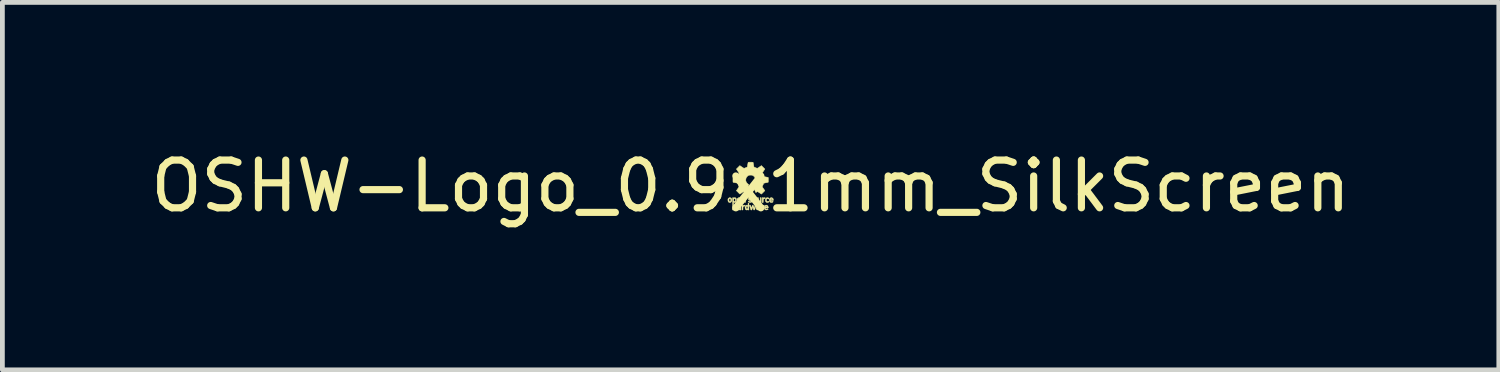
<source format=kicad_pcb>
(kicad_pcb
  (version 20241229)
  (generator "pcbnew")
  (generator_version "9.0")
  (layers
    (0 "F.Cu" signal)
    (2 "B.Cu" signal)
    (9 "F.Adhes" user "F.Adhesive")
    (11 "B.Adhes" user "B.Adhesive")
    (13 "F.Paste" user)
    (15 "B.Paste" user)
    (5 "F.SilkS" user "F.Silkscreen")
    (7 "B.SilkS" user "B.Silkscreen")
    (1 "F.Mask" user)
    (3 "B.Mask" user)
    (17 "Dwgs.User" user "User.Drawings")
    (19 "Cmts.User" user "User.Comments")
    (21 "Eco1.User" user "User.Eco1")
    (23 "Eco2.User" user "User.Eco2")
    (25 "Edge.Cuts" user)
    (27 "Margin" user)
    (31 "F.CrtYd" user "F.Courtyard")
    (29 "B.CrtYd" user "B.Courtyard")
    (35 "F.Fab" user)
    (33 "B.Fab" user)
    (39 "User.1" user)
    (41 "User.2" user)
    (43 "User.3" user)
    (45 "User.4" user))
  (footprint "OSHW-Logo_0.9x1mm_SilkScreen"
    (layer "F.Cu")
    (at 12.673 0.848)
    (property "Reference" "OSHW-Logo_0.9x1mm_SilkScreen" (at 0 0 0) (layer "F.SilkS") (effects (font (size 1 1) (thickness 0.15))))
    (attr exclude_from_pos_files exclude_from_bom)
    (fp_poly (pts (xy 0.236 0.401) (xy 0.241 0.404) (xy 0.243 0.407) (xy 0.247 0.404) (xy 0.255 0.4) (xy 0.267 0.4) (xy 0.278 0.402) (xy 0.28 0.403) (xy 0.287 0.407) (xy 0.28 0.415) (xy 0.271 0.421) (xy 0.261 0.422) (xy 0.252 0.421) (xy 0.246 0.424) (xy 0.242 0.43) (xy 0.24 0.441) (xy 0.24 0.458) (xy 0.24 0.465) (xy 0.24 0.501) (xy 0.218 0.501) (xy 0.218 0.399) (xy 0.228 0.399) (xy 0.236 0.401)) (stroke (width 0.01) (type solid)) (fill yes) (layer "F.SilkS"))
    (fp_poly (pts (xy -0.165 0.401) (xy -0.162 0.403) (xy -0.157 0.405) (xy -0.152 0.403) (xy -0.142 0.4) (xy -0.13 0.4) (xy -0.121 0.402) (xy -0.12 0.403) (xy -0.117 0.406) (xy -0.119 0.411) (xy -0.121 0.414) (xy -0.128 0.42) (xy -0.137 0.422) (xy -0.139 0.422) (xy -0.149 0.422) (xy -0.155 0.426) (xy -0.157 0.431) (xy -0.159 0.442) (xy -0.16 0.457) (xy -0.16 0.465) (xy -0.162 0.499) (xy -0.171 0.5) (xy -0.181 0.501) (xy -0.181 0.399) (xy -0.173 0.399) (xy -0.165 0.401)) (stroke (width 0.01) (type solid)) (fill yes) (layer "F.SilkS"))
    (fp_poly (pts (xy 0.262 0.244) (xy 0.265 0.247) (xy 0.265 0.247) (xy 0.267 0.249) (xy 0.272 0.247) (xy 0.28 0.244) (xy 0.291 0.243) (xy 0.301 0.244) (xy 0.306 0.246) (xy 0.307 0.247) (xy 0.306 0.252) (xy 0.303 0.259) (xy 0.298 0.265) (xy 0.293 0.266) (xy 0.29 0.265) (xy 0.282 0.263) (xy 0.274 0.267) (xy 0.27 0.27) (xy 0.267 0.274) (xy 0.266 0.281) (xy 0.265 0.292) (xy 0.264 0.308) (xy 0.263 0.343) (xy 0.253 0.344) (xy 0.243 0.345) (xy 0.243 0.243) (xy 0.254 0.243) (xy 0.262 0.244)) (stroke (width 0.01) (type solid)) (fill yes) (layer "F.SilkS"))
    (fp_poly (pts (xy 0.163 0.277) (xy 0.164 0.297) (xy 0.166 0.31) (xy 0.17 0.318) (xy 0.176 0.322) (xy 0.183 0.323) (xy 0.19 0.322) (xy 0.195 0.318) (xy 0.198 0.311) (xy 0.199 0.299) (xy 0.2 0.28) (xy 0.2 0.279) (xy 0.2 0.243) (xy 0.221 0.243) (xy 0.221 0.294) (xy 0.221 0.314) (xy 0.221 0.328) (xy 0.221 0.337) (xy 0.219 0.342) (xy 0.218 0.344) (xy 0.215 0.345) (xy 0.213 0.345) (xy 0.205 0.343) (xy 0.201 0.341) (xy 0.195 0.339) (xy 0.189 0.341) (xy 0.176 0.344) (xy 0.163 0.341) (xy 0.16 0.34) (xy 0.152 0.334) (xy 0.147 0.326) (xy 0.144 0.315) (xy 0.142 0.3) (xy 0.142 0.28) (xy 0.142 0.243) (xy 0.163 0.243) (xy 0.163 0.277)) (stroke (width 0.01) (type solid)) (fill yes) (layer "F.SilkS"))
    (fp_poly (pts (xy 0.366 0.245) (xy 0.377 0.249) (xy 0.379 0.251) (xy 0.386 0.257) (xy 0.387 0.261) (xy 0.383 0.265) (xy 0.382 0.266) (xy 0.377 0.27) (xy 0.371 0.27) (xy 0.364 0.267) (xy 0.353 0.263) (xy 0.344 0.265) (xy 0.336 0.269) (xy 0.332 0.276) (xy 0.33 0.288) (xy 0.33 0.296) (xy 0.333 0.31) (xy 0.34 0.319) (xy 0.351 0.323) (xy 0.364 0.321) (xy 0.367 0.319) (xy 0.376 0.318) (xy 0.381 0.32) (xy 0.387 0.324) (xy 0.386 0.33) (xy 0.378 0.336) (xy 0.374 0.338) (xy 0.356 0.344) (xy 0.34 0.343) (xy 0.336 0.341) (xy 0.322 0.332) (xy 0.313 0.317) (xy 0.309 0.299) (xy 0.31 0.278) (xy 0.316 0.262) (xy 0.326 0.25) (xy 0.342 0.244) (xy 0.352 0.243) (xy 0.366 0.245)) (stroke (width 0.01) (type solid)) (fill yes) (layer "F.SilkS"))
    (fp_poly (pts (xy -0.418 0.246) (xy -0.405 0.255) (xy -0.397 0.269) (xy -0.393 0.287) (xy -0.394 0.305) (xy -0.399 0.321) (xy -0.409 0.334) (xy -0.422 0.342) (xy -0.437 0.344) (xy -0.452 0.341) (xy -0.455 0.339) (xy -0.466 0.329) (xy -0.473 0.315) (xy -0.475 0.294) (xy -0.475 0.292) (xy -0.454 0.292) (xy -0.452 0.308) (xy -0.447 0.318) (xy -0.438 0.323) (xy -0.434 0.323) (xy -0.425 0.32) (xy -0.419 0.315) (xy -0.415 0.305) (xy -0.414 0.292) (xy -0.415 0.279) (xy -0.416 0.274) (xy -0.422 0.267) (xy -0.432 0.264) (xy -0.443 0.265) (xy -0.445 0.267) (xy -0.45 0.271) (xy -0.453 0.278) (xy -0.454 0.288) (xy -0.454 0.292) (xy -0.475 0.292) (xy -0.475 0.29) (xy -0.475 0.277) (xy -0.473 0.269) (xy -0.469 0.262) (xy -0.463 0.256) (xy -0.454 0.248) (xy -0.445 0.244) (xy -0.435 0.243) (xy -0.418 0.246)) (stroke (width 0.01) (type solid)) (fill yes) (layer "F.SilkS"))
    (fp_poly (pts (xy 0.102 0.246) (xy 0.112 0.253) (xy 0.121 0.267) (xy 0.126 0.285) (xy 0.126 0.305) (xy 0.125 0.308) (xy 0.12 0.323) (xy 0.109 0.335) (xy 0.096 0.342) (xy 0.081 0.344) (xy 0.066 0.34) (xy 0.063 0.338) (xy 0.052 0.328) (xy 0.046 0.314) (xy 0.044 0.295) (xy 0.044 0.292) (xy 0.065 0.292) (xy 0.067 0.308) (xy 0.072 0.318) (xy 0.081 0.323) (xy 0.085 0.323) (xy 0.094 0.32) (xy 0.1 0.315) (xy 0.104 0.305) (xy 0.105 0.292) (xy 0.104 0.279) (xy 0.103 0.274) (xy 0.097 0.267) (xy 0.087 0.264) (xy 0.077 0.265) (xy 0.074 0.267) (xy 0.069 0.271) (xy 0.066 0.278) (xy 0.065 0.288) (xy 0.065 0.292) (xy 0.044 0.292) (xy 0.044 0.286) (xy 0.046 0.273) (xy 0.048 0.264) (xy 0.053 0.258) (xy 0.057 0.254) (xy 0.072 0.245) (xy 0.087 0.243) (xy 0.102 0.246)) (stroke (width 0.01) (type solid)) (fill yes) (layer "F.SilkS"))
    (fp_poly (pts (xy -0.226 0.246) (xy -0.213 0.255) (xy -0.206 0.269) (xy -0.203 0.286) (xy -0.203 0.301) (xy -0.265 0.303) (xy -0.26 0.312) (xy -0.253 0.319) (xy -0.242 0.323) (xy -0.23 0.321) (xy -0.225 0.319) (xy -0.218 0.317) (xy -0.212 0.32) (xy -0.21 0.322) (xy -0.205 0.327) (xy -0.206 0.331) (xy -0.212 0.335) (xy -0.213 0.336) (xy -0.228 0.342) (xy -0.246 0.343) (xy -0.26 0.34) (xy -0.272 0.331) (xy -0.28 0.317) (xy -0.283 0.298) (xy -0.283 0.29) (xy -0.283 0.28) (xy -0.263 0.28) (xy -0.261 0.282) (xy -0.254 0.283) (xy -0.243 0.283) (xy -0.231 0.283) (xy -0.225 0.282) (xy -0.223 0.279) (xy -0.224 0.276) (xy -0.229 0.267) (xy -0.238 0.263) (xy -0.248 0.263) (xy -0.257 0.267) (xy -0.262 0.276) (xy -0.263 0.28) (xy -0.283 0.28) (xy -0.283 0.277) (xy -0.281 0.269) (xy -0.277 0.262) (xy -0.271 0.256) (xy -0.261 0.248) (xy -0.253 0.244) (xy -0.243 0.243) (xy -0.226 0.246)) (stroke (width 0.01) (type solid)) (fill yes) (layer "F.SilkS"))
    (fp_poly (pts (xy -0.167 0.244) (xy -0.163 0.248) (xy -0.163 0.248) (xy -0.162 0.25) (xy -0.159 0.248) (xy -0.153 0.245) (xy -0.143 0.243) (xy -0.139 0.243) (xy -0.128 0.244) (xy -0.12 0.249) (xy -0.115 0.254) (xy -0.11 0.26) (xy -0.108 0.265) (xy -0.106 0.272) (xy -0.106 0.282) (xy -0.106 0.297) (xy -0.106 0.304) (xy -0.107 0.321) (xy -0.107 0.333) (xy -0.108 0.339) (xy -0.11 0.342) (xy -0.113 0.343) (xy -0.116 0.343) (xy -0.12 0.343) (xy -0.123 0.341) (xy -0.125 0.337) (xy -0.125 0.328) (xy -0.126 0.314) (xy -0.126 0.308) (xy -0.127 0.291) (xy -0.128 0.28) (xy -0.13 0.274) (xy -0.132 0.269) (xy -0.135 0.267) (xy -0.145 0.263) (xy -0.155 0.265) (xy -0.161 0.271) (xy -0.162 0.274) (xy -0.162 0.281) (xy -0.163 0.293) (xy -0.164 0.308) (xy -0.164 0.312) (xy -0.165 0.327) (xy -0.166 0.336) (xy -0.167 0.341) (xy -0.17 0.343) (xy -0.175 0.344) (xy -0.175 0.344) (xy -0.185 0.345) (xy -0.185 0.243) (xy -0.174 0.243) (xy -0.167 0.244)) (stroke (width 0.01) (type solid)) (fill yes) (layer "F.SilkS"))
    (fp_poly (pts (xy 0.346 0.405) (xy 0.35 0.407) (xy 0.359 0.415) (xy 0.364 0.424) (xy 0.367 0.437) (xy 0.368 0.442) (xy 0.371 0.457) (xy 0.339 0.457) (xy 0.324 0.457) (xy 0.315 0.458) (xy 0.31 0.459) (xy 0.309 0.462) (xy 0.309 0.465) (xy 0.313 0.473) (xy 0.32 0.479) (xy 0.327 0.482) (xy 0.334 0.481) (xy 0.341 0.478) (xy 0.349 0.475) (xy 0.354 0.475) (xy 0.36 0.479) (xy 0.368 0.486) (xy 0.356 0.493) (xy 0.339 0.499) (xy 0.321 0.5) (xy 0.309 0.497) (xy 0.299 0.489) (xy 0.291 0.477) (xy 0.287 0.461) (xy 0.287 0.444) (xy 0.289 0.435) (xy 0.309 0.435) (xy 0.314 0.438) (xy 0.327 0.439) (xy 0.328 0.439) (xy 0.339 0.439) (xy 0.345 0.438) (xy 0.346 0.435) (xy 0.346 0.432) (xy 0.34 0.423) (xy 0.331 0.419) (xy 0.321 0.421) (xy 0.318 0.422) (xy 0.31 0.429) (xy 0.309 0.435) (xy 0.289 0.435) (xy 0.29 0.428) (xy 0.297 0.414) (xy 0.306 0.405) (xy 0.318 0.4) (xy 0.333 0.4) (xy 0.346 0.405)) (stroke (width 0.01) (type solid)) (fill yes) (layer "F.SilkS"))
    (fp_poly (pts (xy -0.036 0.501) (xy -0.045 0.501) (xy -0.052 0.499) (xy -0.055 0.497) (xy -0.058 0.494) (xy -0.064 0.497) (xy -0.078 0.501) (xy -0.092 0.499) (xy -0.103 0.492) (xy -0.111 0.48) (xy -0.115 0.464) (xy -0.116 0.45) (xy -0.094 0.45) (xy -0.093 0.461) (xy -0.091 0.471) (xy -0.091 0.472) (xy -0.084 0.477) (xy -0.075 0.479) (xy -0.065 0.477) (xy -0.061 0.473) (xy -0.059 0.466) (xy -0.057 0.456) (xy -0.057 0.45) (xy -0.058 0.435) (xy -0.063 0.425) (xy -0.072 0.421) (xy -0.077 0.421) (xy -0.086 0.423) (xy -0.092 0.431) (xy -0.094 0.445) (xy -0.094 0.45) (xy -0.116 0.45) (xy -0.116 0.446) (xy -0.113 0.429) (xy -0.108 0.414) (xy -0.103 0.408) (xy -0.095 0.401) (xy -0.085 0.4) (xy -0.081 0.4) (xy -0.07 0.402) (xy -0.061 0.404) (xy -0.061 0.405) (xy -0.057 0.405) (xy -0.055 0.403) (xy -0.055 0.396) (xy -0.054 0.383) (xy -0.054 0.371) (xy -0.053 0.363) (xy -0.051 0.36) (xy -0.047 0.359) (xy -0.045 0.359) (xy -0.036 0.359) (xy -0.036 0.501)) (stroke (width 0.01) (type solid)) (fill yes) (layer "F.SilkS"))
    (fp_poly (pts (xy 0.006 0.245) (xy 0.018 0.248) (xy 0.025 0.252) (xy 0.029 0.257) (xy 0.027 0.261) (xy 0.025 0.264) (xy 0.019 0.268) (xy 0.012 0.267) (xy 0.009 0.266) (xy -0.005 0.262) (xy -0.016 0.263) (xy -0.022 0.267) (xy -0.025 0.272) (xy -0.022 0.277) (xy -0.02 0.278) (xy -0.012 0.281) (xy -0.001 0.283) (xy 0.001 0.283) (xy 0.015 0.286) (xy 0.025 0.293) (xy 0.031 0.304) (xy 0.032 0.315) (xy 0.028 0.327) (xy 0.019 0.336) (xy 0.013 0.34) (xy -0.004 0.344) (xy -0.021 0.343) (xy -0.035 0.338) (xy -0.046 0.333) (xy -0.05 0.328) (xy -0.049 0.324) (xy -0.045 0.319) (xy -0.04 0.315) (xy -0.035 0.315) (xy -0.031 0.318) (xy -0.02 0.322) (xy -0.007 0.322) (xy 0.004 0.321) (xy 0.009 0.318) (xy 0.01 0.314) (xy 0.008 0.307) (xy -0.001 0.302) (xy -0.013 0.301) (xy -0.027 0.298) (xy -0.038 0.291) (xy -0.044 0.281) (xy -0.046 0.269) (xy -0.043 0.258) (xy -0.034 0.249) (xy -0.031 0.247) (xy -0.021 0.244) (xy -0.008 0.244) (xy 0.006 0.245)) (stroke (width 0.01) (type solid)) (fill yes) (layer "F.SilkS"))
    (fp_poly (pts (xy 0.446 0.244) (xy 0.454 0.248) (xy 0.463 0.256) (xy 0.471 0.265) (xy 0.475 0.273) (xy 0.475 0.285) (xy 0.475 0.301) (xy 0.445 0.301) (xy 0.431 0.302) (xy 0.42 0.302) (xy 0.414 0.304) (xy 0.414 0.304) (xy 0.416 0.309) (xy 0.419 0.315) (xy 0.428 0.321) (xy 0.439 0.323) (xy 0.452 0.32) (xy 0.453 0.32) (xy 0.462 0.318) (xy 0.467 0.321) (xy 0.471 0.325) (xy 0.471 0.329) (xy 0.466 0.334) (xy 0.456 0.34) (xy 0.443 0.343) (xy 0.429 0.344) (xy 0.419 0.341) (xy 0.407 0.333) (xy 0.398 0.319) (xy 0.394 0.302) (xy 0.394 0.283) (xy 0.395 0.277) (xy 0.415 0.277) (xy 0.415 0.281) (xy 0.421 0.283) (xy 0.432 0.283) (xy 0.434 0.283) (xy 0.446 0.283) (xy 0.452 0.281) (xy 0.454 0.278) (xy 0.451 0.269) (xy 0.443 0.264) (xy 0.434 0.262) (xy 0.424 0.265) (xy 0.419 0.269) (xy 0.415 0.277) (xy 0.395 0.277) (xy 0.396 0.276) (xy 0.403 0.259) (xy 0.413 0.248) (xy 0.427 0.244) (xy 0.434 0.243) (xy 0.446 0.244)) (stroke (width 0.01) (type solid)) (fill yes) (layer "F.SilkS"))
    (fp_poly (pts (xy 0.158 0.4) (xy 0.161 0.4) (xy 0.174 0.402) (xy 0.184 0.405) (xy 0.19 0.41) (xy 0.194 0.42) (xy 0.195 0.434) (xy 0.196 0.454) (xy 0.196 0.46) (xy 0.196 0.501) (xy 0.187 0.501) (xy 0.18 0.5) (xy 0.178 0.497) (xy 0.176 0.495) (xy 0.171 0.497) (xy 0.156 0.501) (xy 0.141 0.499) (xy 0.128 0.491) (xy 0.127 0.49) (xy 0.118 0.478) (xy 0.118 0.472) (xy 0.139 0.472) (xy 0.143 0.478) (xy 0.144 0.479) (xy 0.153 0.481) (xy 0.163 0.48) (xy 0.172 0.477) (xy 0.175 0.475) (xy 0.178 0.466) (xy 0.175 0.46) (xy 0.166 0.457) (xy 0.164 0.457) (xy 0.153 0.458) (xy 0.145 0.459) (xy 0.144 0.46) (xy 0.139 0.465) (xy 0.139 0.472) (xy 0.118 0.472) (xy 0.117 0.466) (xy 0.123 0.454) (xy 0.125 0.451) (xy 0.131 0.446) (xy 0.138 0.442) (xy 0.15 0.44) (xy 0.156 0.44) (xy 0.17 0.438) (xy 0.177 0.435) (xy 0.177 0.43) (xy 0.172 0.423) (xy 0.172 0.423) (xy 0.163 0.419) (xy 0.15 0.42) (xy 0.142 0.422) (xy 0.135 0.422) (xy 0.129 0.419) (xy 0.124 0.415) (xy 0.124 0.411) (xy 0.13 0.406) (xy 0.131 0.406) (xy 0.137 0.402) (xy 0.146 0.4) (xy 0.158 0.4)) (stroke (width 0.01) (type solid)) (fill yes) (layer "F.SilkS"))
    (fp_poly (pts (xy -0.229 0.4) (xy -0.22 0.404) (xy -0.214 0.41) (xy -0.209 0.415) (xy -0.206 0.419) (xy -0.204 0.426) (xy -0.204 0.435) (xy -0.203 0.448) (xy -0.203 0.461) (xy -0.203 0.501) (xy -0.214 0.501) (xy -0.222 0.5) (xy -0.225 0.497) (xy -0.225 0.497) (xy -0.226 0.494) (xy -0.229 0.497) (xy -0.236 0.5) (xy -0.247 0.501) (xy -0.259 0.499) (xy -0.267 0.497) (xy -0.277 0.49) (xy -0.282 0.479) (xy -0.283 0.468) (xy -0.265 0.468) (xy -0.264 0.474) (xy -0.258 0.479) (xy -0.257 0.479) (xy -0.245 0.482) (xy -0.236 0.481) (xy -0.232 0.479) (xy -0.226 0.472) (xy -0.225 0.466) (xy -0.226 0.46) (xy -0.23 0.458) (xy -0.238 0.457) (xy -0.251 0.459) (xy -0.26 0.463) (xy -0.265 0.468) (xy -0.283 0.468) (xy -0.283 0.465) (xy -0.28 0.454) (xy -0.272 0.447) (xy -0.26 0.442) (xy -0.244 0.439) (xy -0.239 0.439) (xy -0.23 0.439) (xy -0.226 0.436) (xy -0.225 0.432) (xy -0.228 0.424) (xy -0.236 0.42) (xy -0.247 0.419) (xy -0.255 0.421) (xy -0.263 0.423) (xy -0.269 0.421) (xy -0.273 0.418) (xy -0.278 0.413) (xy -0.277 0.41) (xy -0.271 0.406) (xy -0.269 0.405) (xy -0.258 0.401) (xy -0.245 0.399) (xy -0.241 0.399) (xy -0.229 0.4)) (stroke (width 0.01) (type solid)) (fill yes) (layer "F.SilkS"))
    (fp_poly (pts (xy 0.106 0.399) (xy 0.113 0.4) (xy 0.116 0.4) (xy 0.115 0.404) (xy 0.112 0.413) (xy 0.108 0.427) (xy 0.103 0.443) (xy 0.1 0.45) (xy 0.094 0.469) (xy 0.09 0.483) (xy 0.086 0.492) (xy 0.083 0.497) (xy 0.079 0.499) (xy 0.075 0.5) (xy 0.07 0.5) (xy 0.066 0.498) (xy 0.063 0.491) (xy 0.06 0.48) (xy 0.056 0.466) (xy 0.052 0.452) (xy 0.05 0.445) (xy 0.048 0.439) (xy 0.047 0.435) (xy 0.045 0.435) (xy 0.043 0.439) (xy 0.041 0.447) (xy 0.036 0.461) (xy 0.033 0.475) (xy 0.028 0.488) (xy 0.025 0.496) (xy 0.021 0.5) (xy 0.017 0.501) (xy 0.016 0.501) (xy 0.009 0.5) (xy 0.006 0.498) (xy 0.005 0.494) (xy 0.001 0.484) (xy -0.003 0.47) (xy -0.008 0.454) (xy -0.009 0.453) (xy -0.014 0.436) (xy -0.019 0.421) (xy -0.022 0.41) (xy -0.024 0.405) (xy -0.024 0.405) (xy -0.024 0.401) (xy -0.018 0.399) (xy -0.015 0.399) (xy -0.01 0.399) (xy -0.007 0.4) (xy -0.004 0.403) (xy -0.001 0.409) (xy 0.002 0.419) (xy 0.007 0.435) (xy 0.009 0.445) (xy 0.016 0.466) (xy 0.027 0.433) (xy 0.032 0.417) (xy 0.036 0.407) (xy 0.04 0.401) (xy 0.044 0.399) (xy 0.045 0.399) (xy 0.049 0.4) (xy 0.053 0.404) (xy 0.057 0.412) (xy 0.062 0.426) (xy 0.064 0.433) (xy 0.075 0.466) (xy 0.081 0.445) (xy 0.087 0.426) (xy 0.091 0.414) (xy 0.094 0.406) (xy 0.096 0.401) (xy 0.099 0.4) (xy 0.103 0.399) (xy 0.106 0.399)) (stroke (width 0.01) (type solid)) (fill yes) (layer "F.SilkS"))
    (fp_poly (pts (xy -0.359 0.244) (xy -0.356 0.247) (xy -0.356 0.247) (xy -0.353 0.249) (xy -0.349 0.247) (xy -0.34 0.244) (xy -0.33 0.243) (xy -0.316 0.246) (xy -0.307 0.252) (xy -0.301 0.264) (xy -0.298 0.282) (xy -0.298 0.295) (xy -0.298 0.311) (xy -0.3 0.321) (xy -0.303 0.328) (xy -0.305 0.331) (xy -0.316 0.34) (xy -0.329 0.344) (xy -0.342 0.342) (xy -0.347 0.34) (xy -0.356 0.334) (xy -0.356 0.37) (xy -0.356 0.387) (xy -0.355 0.397) (xy -0.354 0.403) (xy -0.353 0.404) (xy -0.35 0.404) (xy -0.349 0.403) (xy -0.334 0.399) (xy -0.32 0.402) (xy -0.308 0.41) (xy -0.304 0.415) (xy -0.301 0.419) (xy -0.299 0.425) (xy -0.298 0.435) (xy -0.298 0.448) (xy -0.298 0.461) (xy -0.298 0.501) (xy -0.308 0.5) (xy -0.318 0.499) (xy -0.319 0.465) (xy -0.32 0.449) (xy -0.321 0.436) (xy -0.323 0.428) (xy -0.324 0.426) (xy -0.331 0.422) (xy -0.341 0.421) (xy -0.349 0.424) (xy -0.351 0.425) (xy -0.354 0.432) (xy -0.355 0.444) (xy -0.356 0.463) (xy -0.356 0.465) (xy -0.356 0.501) (xy -0.377 0.501) (xy -0.377 0.292) (xy -0.356 0.292) (xy -0.354 0.308) (xy -0.35 0.317) (xy -0.35 0.317) (xy -0.341 0.322) (xy -0.331 0.322) (xy -0.324 0.319) (xy -0.321 0.313) (xy -0.32 0.302) (xy -0.319 0.29) (xy -0.32 0.279) (xy -0.322 0.271) (xy -0.322 0.27) (xy -0.33 0.264) (xy -0.34 0.264) (xy -0.347 0.267) (xy -0.352 0.271) (xy -0.355 0.278) (xy -0.356 0.288) (xy -0.356 0.292) (xy -0.377 0.292) (xy -0.377 0.243) (xy -0.367 0.243) (xy -0.359 0.244)) (stroke (width 0.01) (type solid)) (fill yes) (layer "F.SilkS"))
    (fp_poly (pts (xy 0.02 -0.501) (xy 0.034 -0.5) (xy 0.043 -0.5) (xy 0.049 -0.498) (xy 0.051 -0.496) (xy 0.052 -0.495) (xy 0.054 -0.489) (xy 0.056 -0.477) (xy 0.059 -0.462) (xy 0.062 -0.444) (xy 0.062 -0.444) (xy 0.07 -0.4) (xy 0.102 -0.386) (xy 0.117 -0.38) (xy 0.129 -0.376) (xy 0.137 -0.373) (xy 0.139 -0.373) (xy 0.144 -0.375) (xy 0.153 -0.38) (xy 0.166 -0.388) (xy 0.181 -0.398) (xy 0.185 -0.401) (xy 0.226 -0.429) (xy 0.262 -0.393) (xy 0.298 -0.357) (xy 0.271 -0.317) (xy 0.26 -0.301) (xy 0.252 -0.288) (xy 0.246 -0.278) (xy 0.243 -0.272) (xy 0.243 -0.271) (xy 0.245 -0.266) (xy 0.248 -0.256) (xy 0.253 -0.243) (xy 0.259 -0.23) (xy 0.264 -0.217) (xy 0.269 -0.207) (xy 0.272 -0.202) (xy 0.276 -0.201) (xy 0.286 -0.198) (xy 0.3 -0.195) (xy 0.314 -0.192) (xy 0.331 -0.189) (xy 0.346 -0.186) (xy 0.357 -0.184) (xy 0.362 -0.183) (xy 0.365 -0.182) (xy 0.368 -0.18) (xy 0.369 -0.176) (xy 0.37 -0.168) (xy 0.37 -0.156) (xy 0.37 -0.138) (xy 0.37 -0.131) (xy 0.37 -0.111) (xy 0.37 -0.097) (xy 0.369 -0.088) (xy 0.368 -0.082) (xy 0.366 -0.08) (xy 0.363 -0.078) (xy 0.362 -0.078) (xy 0.355 -0.077) (xy 0.343 -0.074) (xy 0.328 -0.071) (xy 0.316 -0.069) (xy 0.3 -0.066) (xy 0.287 -0.062) (xy 0.278 -0.06) (xy 0.275 -0.058) (xy 0.272 -0.054) (xy 0.267 -0.044) (xy 0.262 -0.03) (xy 0.257 -0.02) (xy 0.243 0.016) (xy 0.271 0.056) (xy 0.298 0.096) (xy 0.226 0.168) (xy 0.188 0.142) (xy 0.173 0.132) (xy 0.161 0.124) (xy 0.151 0.119) (xy 0.146 0.116) (xy 0.146 0.116) (xy 0.141 0.118) (xy 0.132 0.122) (xy 0.126 0.125) (xy 0.109 0.135) (xy 0.104 0.125) (xy 0.101 0.119) (xy 0.097 0.108) (xy 0.09 0.093) (xy 0.083 0.075) (xy 0.075 0.056) (xy 0.066 0.036) (xy 0.059 0.017) (xy 0.051 -0.001) (xy 0.046 -0.015) (xy 0.042 -0.025) (xy 0.04 -0.03) (xy 0.04 -0.03) (xy 0.043 -0.033) (xy 0.05 -0.039) (xy 0.059 -0.047) (xy 0.06 -0.047) (xy 0.074 -0.059) (xy 0.085 -0.073) (xy 0.091 -0.085) (xy 0.097 -0.099) (xy 0.1 -0.109) (xy 0.101 -0.12) (xy 0.101 -0.134) (xy 0.101 -0.135) (xy 0.097 -0.16) (xy 0.089 -0.18) (xy 0.076 -0.198) (xy 0.07 -0.204) (xy 0.056 -0.216) (xy 0.042 -0.224) (xy 0.027 -0.229) (xy 0.008 -0.23) (xy 0 -0.23) (xy -0.021 -0.23) (xy -0.037 -0.226) (xy -0.051 -0.22) (xy -0.065 -0.209) (xy -0.07 -0.204) (xy -0.085 -0.186) (xy -0.095 -0.167) (xy -0.1 -0.145) (xy -0.101 -0.135) (xy -0.101 -0.12) (xy -0.101 -0.11) (xy -0.097 -0.099) (xy -0.092 -0.086) (xy -0.091 -0.085) (xy -0.081 -0.068) (xy -0.069 -0.055) (xy -0.06 -0.047) (xy -0.05 -0.039) (xy -0.043 -0.033) (xy -0.04 -0.03) (xy -0.04 -0.03) (xy -0.041 -0.026) (xy -0.045 -0.017) (xy -0.05 -0.003) (xy -0.057 0.014) (xy -0.065 0.033) (xy -0.073 0.052) (xy -0.082 0.072) (xy -0.089 0.09) (xy -0.096 0.106) (xy -0.101 0.117) (xy -0.104 0.124) (xy -0.104 0.125) (xy -0.109 0.135) (xy -0.125 0.125) (xy -0.135 0.12) (xy -0.143 0.117) (xy -0.145 0.116) (xy -0.15 0.118) (xy -0.159 0.123) (xy -0.171 0.131) (xy -0.186 0.141) (xy -0.187 0.142) (xy -0.201 0.151) (xy -0.213 0.159) (xy -0.222 0.165) (xy -0.225 0.167) (xy -0.225 0.167) (xy -0.228 0.165) (xy -0.236 0.158) (xy -0.246 0.148) (xy -0.258 0.136) (xy -0.262 0.131) (xy -0.298 0.096) (xy -0.27 0.056) (xy -0.243 0.015) (xy -0.258 -0.023) (xy -0.273 -0.061) (xy -0.315 -0.069) (xy -0.333 -0.072) (xy -0.347 -0.075) (xy -0.359 -0.077) (xy -0.364 -0.078) (xy -0.366 -0.08) (xy -0.368 -0.083) (xy -0.369 -0.09) (xy -0.37 -0.1) (xy -0.37 -0.116) (xy -0.37 -0.131) (xy -0.37 -0.151) (xy -0.37 -0.165) (xy -0.369 -0.174) (xy -0.368 -0.179) (xy -0.366 -0.182) (xy -0.363 -0.183) (xy -0.362 -0.183) (xy -0.355 -0.185) (xy -0.343 -0.187) (xy -0.328 -0.19) (xy -0.314 -0.192) (xy -0.298 -0.196) (xy -0.284 -0.199) (xy -0.275 -0.201) (xy -0.272 -0.202) (xy -0.269 -0.207) (xy -0.264 -0.217) (xy -0.259 -0.23) (xy -0.253 -0.243) (xy -0.248 -0.256) (xy -0.245 -0.266) (xy -0.243 -0.271) (xy -0.245 -0.276) (xy -0.25 -0.285) (xy -0.258 -0.298) (xy -0.268 -0.313) (xy -0.271 -0.317) (xy -0.298 -0.357) (xy -0.262 -0.393) (xy -0.226 -0.429) (xy -0.185 -0.401) (xy -0.169 -0.391) (xy -0.156 -0.382) (xy -0.145 -0.376) (xy -0.139 -0.373) (xy -0.138 -0.373) (xy -0.132 -0.374) (xy -0.122 -0.378) (xy -0.108 -0.383) (xy -0.101 -0.386) (xy -0.07 -0.399) (xy -0.062 -0.444) (xy -0.059 -0.461) (xy -0.056 -0.477) (xy -0.054 -0.488) (xy -0.052 -0.494) (xy -0.052 -0.495) (xy -0.051 -0.497) (xy -0.047 -0.499) (xy -0.041 -0.5) (xy -0.03 -0.501) (xy -0.015 -0.501) (xy 0 -0.501) (xy 0.02 -0.501)) (stroke (width 0.01) (type solid)) (fill yes) (layer "F.SilkS")))
  (gr_rect
    (start -3 -3)
    (end 28.345 4.697)
    (stroke (width 0.1) (type default))
    (fill no)
    (layer "Edge.Cuts")))
</source>
